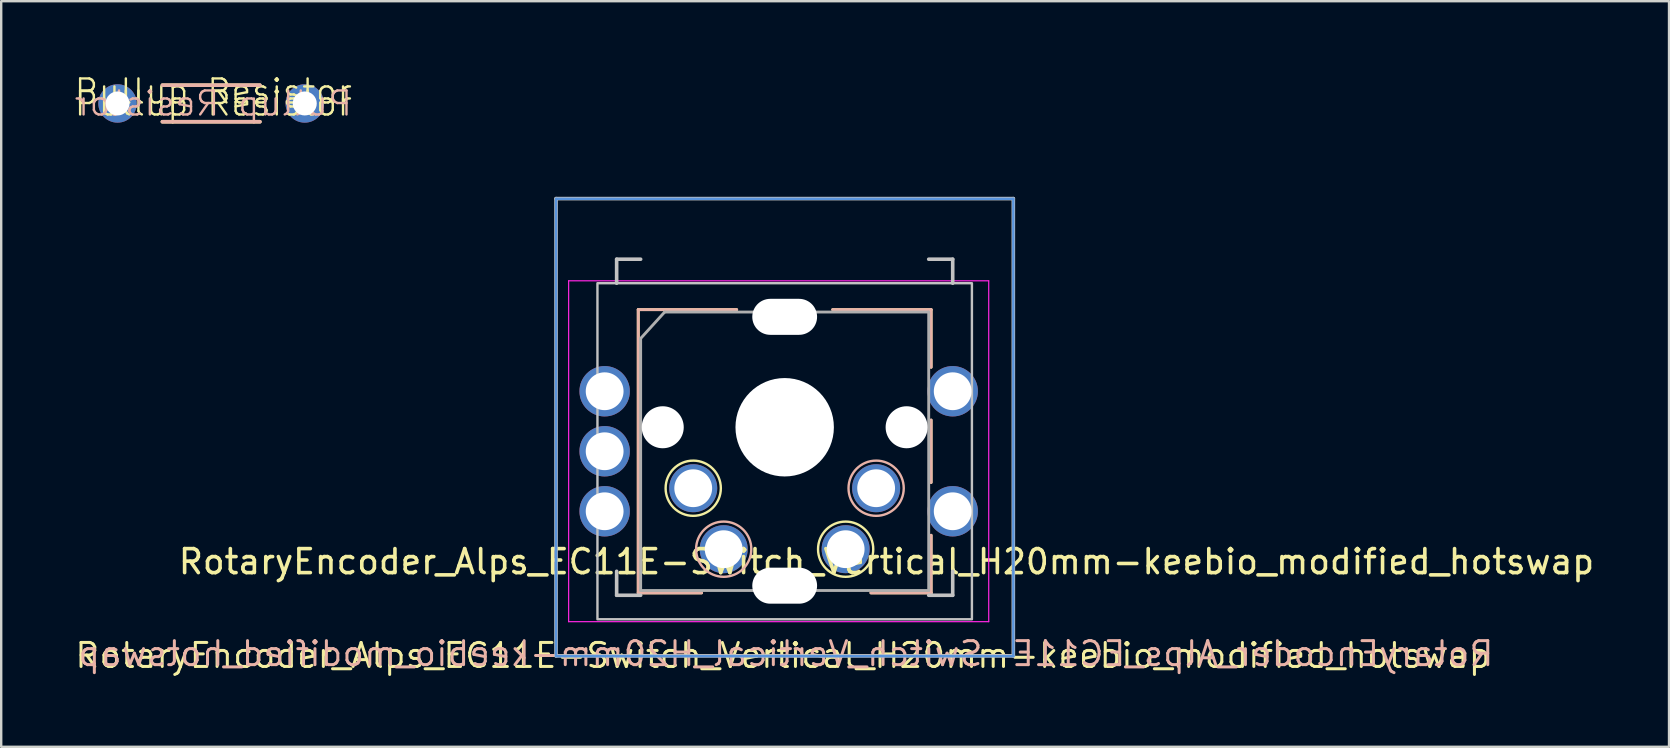
<source format=kicad_pcb>
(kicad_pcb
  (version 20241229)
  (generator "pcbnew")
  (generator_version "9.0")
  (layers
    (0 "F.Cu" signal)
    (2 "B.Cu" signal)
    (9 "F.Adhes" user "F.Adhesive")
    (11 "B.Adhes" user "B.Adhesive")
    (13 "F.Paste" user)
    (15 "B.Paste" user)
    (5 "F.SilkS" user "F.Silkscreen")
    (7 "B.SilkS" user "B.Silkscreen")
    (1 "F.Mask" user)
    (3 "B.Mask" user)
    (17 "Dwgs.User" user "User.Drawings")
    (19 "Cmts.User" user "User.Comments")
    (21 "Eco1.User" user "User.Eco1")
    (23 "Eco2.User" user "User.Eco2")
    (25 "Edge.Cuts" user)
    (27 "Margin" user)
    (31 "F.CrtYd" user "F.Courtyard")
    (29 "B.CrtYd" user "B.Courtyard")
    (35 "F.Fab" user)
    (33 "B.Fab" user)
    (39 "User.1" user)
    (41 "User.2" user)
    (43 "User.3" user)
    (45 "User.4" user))
  (footprint "RotaryEncoder_Alps_EC11E-Switch_Vertical_H20mm-keebio_modified_hotswap"
    (layer "F.Cu")
    (at 29.639 15.749)
    (property "Reference" "RotaryEncoder_Alps_EC11E-Switch_Vertical_H20mm-keebio_modified_hotswap" (at 4.24 4.6 0) (layer "F.SilkS") (effects (font (size 1 1) (thickness 0.15))))
    (attr through_hole)
    (fp_line (start -6.1 -5.9) (end -6.1 5.9) (stroke (width 0.12) (type solid)) (layer "F.SilkS"))
    (fp_line (start -3.461 5.9) (end -6.1 5.9) (stroke (width 0.12) (type solid)) (layer "F.SilkS"))
    (fp_line (start -2 -5.9) (end -6.1 -5.9) (stroke (width 0.12) (type solid)) (layer "F.SilkS"))
    (fp_line (start 2 -5.9) (end 6.1 -5.9) (stroke (width 0.12) (type solid)) (layer "F.SilkS"))
    (fp_line (start 6.1 -5.9) (end 6.1 -3.5) (stroke (width 0.12) (type solid)) (layer "F.SilkS"))
    (fp_line (start 6.1 -1.3) (end 6.1 1.3) (stroke (width 0.12) (type solid)) (layer "F.SilkS"))
    (fp_line (start 6.1 3.5) (end 6.1 5.9) (stroke (width 0.12) (type solid)) (layer "F.SilkS"))
    (fp_line (start 6.1 5.9) (end 3.597 5.9) (stroke (width 0.12) (type solid)) (layer "F.SilkS"))
    (fp_circle (center -3.81 1.54) (end -2.66 1.54) (stroke (width 0.1) (type solid)) (fill no) (layer "F.SilkS"))
    (fp_circle (center 2.54 4.08) (end 3.69 4.08) (stroke (width 0.1) (type solid)) (fill no) (layer "F.SilkS"))
    (fp_line (start -6.1 -5.9) (end -6.1 5.9) (stroke (width 0.12) (type solid)) (layer "B.SilkS"))
    (fp_line (start -3.462 5.9) (end -6.1 5.9) (stroke (width 0.12) (type solid)) (layer "B.SilkS"))
    (fp_line (start -2 -5.9) (end -6.1 -5.9) (stroke (width 0.12) (type solid)) (layer "B.SilkS"))
    (fp_line (start 2 -5.9) (end 6.1 -5.9) (stroke (width 0.12) (type solid)) (layer "B.SilkS"))
    (fp_line (start 6.1 -5.9) (end 6.1 -3.5) (stroke (width 0.12) (type solid)) (layer "B.SilkS"))
    (fp_line (start 6.1 -1.3) (end 6.1 1.3) (stroke (width 0.12) (type solid)) (layer "B.SilkS"))
    (fp_line (start 6.1 3.5) (end 6.1 5.9) (stroke (width 0.12) (type solid)) (layer "B.SilkS"))
    (fp_line (start 6.1 5.9) (end 3.589 5.9) (stroke (width 0.12) (type solid)) (layer "B.SilkS"))
    (fp_circle (center -2.54 4.08) (end -1.39 4.08) (stroke (width 0.1) (type solid)) (fill no) (layer "B.SilkS"))
    (fp_circle (center 3.81 1.54) (end 2.66 1.54) (stroke (width 0.1) (type solid)) (fill no) (layer "B.SilkS"))
    (fp_line (start -9.525 -10.525) (end 9.525 -10.525) (stroke (width 0.15) (type solid)) (layer "Dwgs.User"))
    (fp_line (start -9.525 8.525) (end -9.525 -10.525) (stroke (width 0.15) (type solid)) (layer "Dwgs.User"))
    (fp_line (start -7 -8) (end -7 -7) (stroke (width 0.15) (type solid)) (layer "Dwgs.User"))
    (fp_line (start -7 6) (end -7 5) (stroke (width 0.15) (type solid)) (layer "Dwgs.User"))
    (fp_line (start -7 6) (end -6 6) (stroke (width 0.15) (type solid)) (layer "Dwgs.User"))
    (fp_line (start -6 -8) (end -7 -8) (stroke (width 0.15) (type solid)) (layer "Dwgs.User"))
    (fp_line (start 7 -8) (end 6 -8) (stroke (width 0.15) (type solid)) (layer "Dwgs.User"))
    (fp_line (start 7 -7) (end 7 -8) (stroke (width 0.15) (type solid)) (layer "Dwgs.User"))
    (fp_line (start 7 5) (end 7 6) (stroke (width 0.15) (type solid)) (layer "Dwgs.User"))
    (fp_line (start 7 6) (end 6 6) (stroke (width 0.15) (type solid)) (layer "Dwgs.User"))
    (fp_line (start 9.525 -10.525) (end 9.525 8.525) (stroke (width 0.15) (type solid)) (layer "Dwgs.User"))
    (fp_line (start 9.525 8.525) (end -9.525 8.525) (stroke (width 0.15) (type solid)) (layer "Dwgs.User"))
    (fp_rect (start -7.8 -7) (end 7.8 7) (stroke (width 0.1) (type solid)) (fill no) (layer "Dwgs.User"))
    (fp_line (start -9.525 -10.516) (end 9.525 -10.516) (stroke (width 0.1) (type solid)) (layer "Cmts.User"))
    (fp_line (start -9.525 8.534) (end -9.525 -10.516) (stroke (width 0.1) (type solid)) (layer "Cmts.User"))
    (fp_line (start -9.525 8.534) (end 9.525 8.534) (stroke (width 0.1) (type solid)) (layer "Cmts.User"))
    (fp_line (start 9.525 8.534) (end 9.525 -10.516) (stroke (width 0.1) (type solid)) (layer "Cmts.User"))
    (fp_line (start -9 -7.1) (end -9 7.1) (stroke (width 0.05) (type solid)) (layer "F.CrtYd"))
    (fp_line (start -9 -7.1) (end 8.5 -7.1) (stroke (width 0.05) (type solid)) (layer "F.CrtYd"))
    (fp_line (start 8.5 7.1) (end -9 7.1) (stroke (width 0.05) (type solid)) (layer "F.CrtYd"))
    (fp_line (start 8.5 7.1) (end 8.5 -7.1) (stroke (width 0.05) (type solid)) (layer "F.CrtYd"))
    (fp_line (start -6 -4.7) (end -5 -5.8) (stroke (width 0.12) (type solid)) (layer "F.Fab"))
    (fp_line (start -6 5.8) (end -6 -4.7) (stroke (width 0.12) (type solid)) (layer "F.Fab"))
    (fp_line (start -5 -5.8) (end 6 -5.8) (stroke (width 0.12) (type solid)) (layer "F.Fab"))
    (fp_line (start 6 -5.8) (end 6 5.8) (stroke (width 0.12) (type solid)) (layer "F.Fab"))
    (fp_line (start 6 5.8) (end -6 5.8) (stroke (width 0.12) (type solid)) (layer "F.Fab"))
    (fp_rect (start -7.787 5.994) (end 7.787 -8.006) (stroke (width 0.12) (type default)) (fill no) (layer "User.3"))
    (fp_rect (start 2.15 -7.5) (end -2.15 -8.5) (stroke (width 0.1) (type solid)) (fill no) (layer "User.3"))
    (fp_rect (start 2.15 6.5) (end -2.15 5.5) (stroke (width 0.1) (type solid)) (fill no) (layer "User.3"))
    (fp_rect (start -7.787 5.994) (end 7.787 -8.006) (stroke (width 0.12) (type default)) (fill no) (layer "User.4"))
    (fp_line (start -0.595 -6.43) (end 0.595 -6.43) (stroke (width 0.05) (type solid)) (layer "User.9"))
    (fp_line (start -0.59 4.762) (end 0.599 4.762) (stroke (width 0.05) (type solid)) (layer "User.9"))
    (fp_line (start -0.584 -4.74) (end 0.605 -4.74) (stroke (width 0.05) (type solid)) (layer "User.9"))
    (fp_line (start -0.58 6.452) (end 0.61 6.452) (stroke (width 0.05) (type solid)) (layer "User.9"))
    (fp_arc (start -0.5842 -4.74) (mid -1.427833 -5.600375) (end -0.5842 -6.43) (stroke (width 0.05) (type solid)) (layer "User.9"))
    (fp_arc (start -0.57975 6.4516) (mid -1.423383 5.591225) (end -0.57975 4.7616) (stroke (width 0.05) (type solid)) (layer "User.9"))
    (fp_arc (start 0.60515 -6.43) (mid 1.4478 -5.56) (end 0.60515 -4.74) (stroke (width 0.05) (type solid)) (layer "User.9"))
    (fp_arc (start 0.6096 4.7616) (mid 1.45225 5.6316) (end 0.6096 6.4516) (stroke (width 0.05) (type solid)) (layer "User.9"))
    (fp_circle (center -7.537 -2.464) (end -8.687 -2.464) (stroke (width 0.05) (type solid)) (fill no) (layer "User.9"))
    (fp_circle (center -7.511 0) (end -8.661 0) (stroke (width 0.05) (type solid)) (fill no) (layer "User.9"))
    (fp_circle (center -7.511 2.54) (end -8.661 2.54) (stroke (width 0.05) (type solid)) (fill no) (layer "User.9"))
    (fp_circle (center -2.533 4.089) (end -3.683 4.089) (stroke (width 0.05) (type solid)) (fill no) (layer "User.9"))
    (fp_circle (center 3.81 1.531) (end 2.66 1.531) (stroke (width 0.05) (type solid)) (fill no) (layer "User.9"))
    (fp_circle (center 6.992 -2.464) (end 5.842 -2.464) (stroke (width 0.05) (type solid)) (fill no) (layer "User.9"))
    (fp_circle (center 6.992 2.54) (end 5.842 2.54) (stroke (width 0.05) (type solid)) (fill no) (layer "User.9"))
    (fp_line (start -0.595 -6.43) (end 0.595 -6.43) (stroke (width 0.05) (type solid)) (layer "User.10"))
    (fp_line (start -0.59 4.762) (end 0.599 4.762) (stroke (width 0.05) (type solid)) (layer "User.10"))
    (fp_line (start -0.584 -4.74) (end 0.605 -4.74) (stroke (width 0.05) (type solid)) (layer "User.10"))
    (fp_line (start -0.58 6.452) (end 0.61 6.452) (stroke (width 0.05) (type solid)) (layer "User.10"))
    (fp_arc (start -0.5842 -4.74) (mid -1.427973 -5.585) (end -0.5842 -6.43) (stroke (width 0.05) (type solid)) (layer "User.10"))
    (fp_arc (start -0.57975 6.4516) (mid -1.423523 5.6066) (end -0.57975 4.7616) (stroke (width 0.05) (type solid)) (layer "User.10"))
    (fp_arc (start 0.60515 -6.43) (mid 1.44817 -5.585) (end 0.60515 -4.74) (stroke (width 0.05) (type solid)) (layer "User.10"))
    (fp_arc (start 0.6096 4.7616) (mid 1.45262 5.6066) (end 0.6096 6.4516) (stroke (width 0.05) (type solid)) (layer "User.10"))
    (fp_circle (center -7.537 -2.464) (end -8.687 -2.464) (stroke (width 0.05) (type solid)) (fill no) (layer "User.10"))
    (fp_circle (center -7.511 0) (end -8.661 0) (stroke (width 0.05) (type solid)) (fill no) (layer "User.10"))
    (fp_circle (center -7.511 2.54) (end -8.661 2.54) (stroke (width 0.05) (type solid)) (fill no) (layer "User.10"))
    (fp_circle (center -3.817 1.549) (end -4.967 1.549) (stroke (width 0.05) (type solid)) (fill no) (layer "User.10"))
    (fp_circle (center 2.515 4.082) (end 1.365 4.082) (stroke (width 0.05) (type solid)) (fill no) (layer "User.10"))
    (fp_circle (center 6.992 -2.464) (end 5.842 -2.464) (stroke (width 0.05) (type solid)) (fill no) (layer "User.10"))
    (fp_circle (center 6.992 2.54) (end 5.842 2.54) (stroke (width 0.05) (type solid)) (fill no) (layer "User.10"))
    (fp_text user "${REFERENCE}" (at -0.075 8.509 0) (layer "F.SilkS") (effects (font (size 1 1) (thickness 0.125))))
    (fp_text user "${REFERENCE}" (at 0.051 8.433 0) (layer "B.SilkS") (effects (font (size 1 1) (thickness 0.125)) (justify mirror)))
    (pad "" np_thru_hole circle (at -5.08 -1 180) (size 1.75 1.75) (drill 1.75) (layers "*.Cu" "*.Mask"))
    (pad "" np_thru_hole oval (at 0 -5.6) (size 2.7 1.5) (drill oval 2.7 1.5) (layers "*.Cu" "*.Mask"))
    (pad "" np_thru_hole circle (at 0 -1 270) (size 4.1 4.1) (drill 4.1) (layers "*.Cu" "*.Mask"))
    (pad "" np_thru_hole oval (at 0 5.6) (size 2.7 1.5) (drill oval 2.7 1.5) (layers "*.Cu" "*.Mask"))
    (pad "" np_thru_hole circle (at 5.08 -1 180) (size 1.75 1.75) (drill 1.75) (layers "*.Cu" "*.Mask"))
    (pad "A" thru_hole circle (at -7.5 -2.5) (size 2.1 2.1) (drill 1.575) (layers "*.Cu" "*.Mask"))
    (pad "B" thru_hole circle (at -7.5 2.5) (size 2.1 2.1) (drill 1.575) (layers "*.Cu" "*.Mask"))
    (pad "C" thru_hole circle (at -7.5 0) (size 2.1 2.1) (drill 1.575) (layers "*.Cu" "*.Mask"))
    (pad "S1" thru_hole circle (at -2.54 4.08 180) (size 2 2) (drill 1.575) (layers "*.Cu" "*.Mask"))
    (pad "S1" thru_hole circle (at 2.54 4.08 180) (size 2 2) (drill 1.575) (layers "*.Cu" "*.Mask"))
    (pad "S1" thru_hole circle (at 7 2.5) (size 2.1 2.1) (drill 1.575) (layers "*.Cu" "*.Mask"))
    (pad "S2" thru_hole circle (at -3.81 1.54 180) (size 2 2) (drill 1.575) (layers "*.Cu" "*.Mask"))
    (pad "S2" thru_hole circle (at 3.81 1.54 180) (size 2 2) (drill 1.575) (layers "*.Cu" "*.Mask"))
    (pad "S2" thru_hole circle (at 7 -2.5) (size 2.1 2.1) (drill 1.575) (layers "*.Cu" "*.Mask")))
  (footprint "Pullup Resistor"
    (layer "F.Cu")
    (at 5.836 1.26)
    (property "Reference" "Pullup Resistor" (at 0 -0.5 0) (unlocked yes) (layer "F.SilkS") (effects (font (size 1 1) (thickness 0.1))))
    (attr through_hole)
    (fp_line (start -2.122 -0.762) (end 1.942 -0.762) (stroke (width 0.15) (type solid)) (layer "F.SilkS"))
    (fp_line (start 1.942 0.762) (end -2.122 0.762) (stroke (width 0.15) (type solid)) (layer "F.SilkS"))
    (fp_line (start -2.122 -0.762) (end 1.942 -0.762) (stroke (width 0.15) (type solid)) (layer "B.SilkS"))
    (fp_line (start 1.942 0.762) (end -2.122 0.762) (stroke (width 0.15) (type solid)) (layer "B.SilkS"))
    (fp_line (start -4.925 -0.864) (end 4.722 -0.864) (stroke (width 0.05) (type solid)) (layer "User.9"))
    (fp_line (start -4.925 0.864) (end -4.925 -0.864) (stroke (width 0.05) (type default)) (layer "User.9"))
    (fp_line (start 4.722 -0.83) (end 4.722 0.864) (stroke (width 0.05) (type default)) (layer "User.9"))
    (fp_line (start 4.722 0.864) (end -4.925 0.864) (stroke (width 0.05) (type default)) (layer "User.9"))
    (fp_line (start -4.925 -0.864) (end 4.722 -0.864) (stroke (width 0.05) (type solid)) (layer "User.10"))
    (fp_line (start -4.925 0.864) (end -4.925 -0.864) (stroke (width 0.05) (type default)) (layer "User.10"))
    (fp_line (start 4.722 -0.83) (end 4.722 0.864) (stroke (width 0.05) (type default)) (layer "User.10"))
    (fp_line (start 4.722 0.864) (end -4.925 0.864) (stroke (width 0.05) (type default)) (layer "User.10"))
    (fp_text user "${REFERENCE}" (at 0 0 0) (unlocked yes) (layer "F.SilkS") (effects (font (size 1 1) (thickness 0.1))))
    (fp_text user "${REFERENCE}" (at 0 0 0) (unlocked yes) (layer "B.SilkS") (effects (font (size 1 1) (thickness 0.1)) (justify mirror)))
    (pad "1" thru_hole circle (at 3.81 0) (size 1.6 1.6) (drill 1) (layers "*.Cu" "*.Mask"))
    (pad "2" thru_hole circle (at -3.99 0) (size 1.6 1.6) (drill 1) (layers "*.Cu" "*.Mask")))
  (gr_rect
    (start -3 -3)
    (end 66.48 28.062)
    (stroke (width 0.1) (type default))
    (fill no)
    (layer "Edge.Cuts")))
</source>
